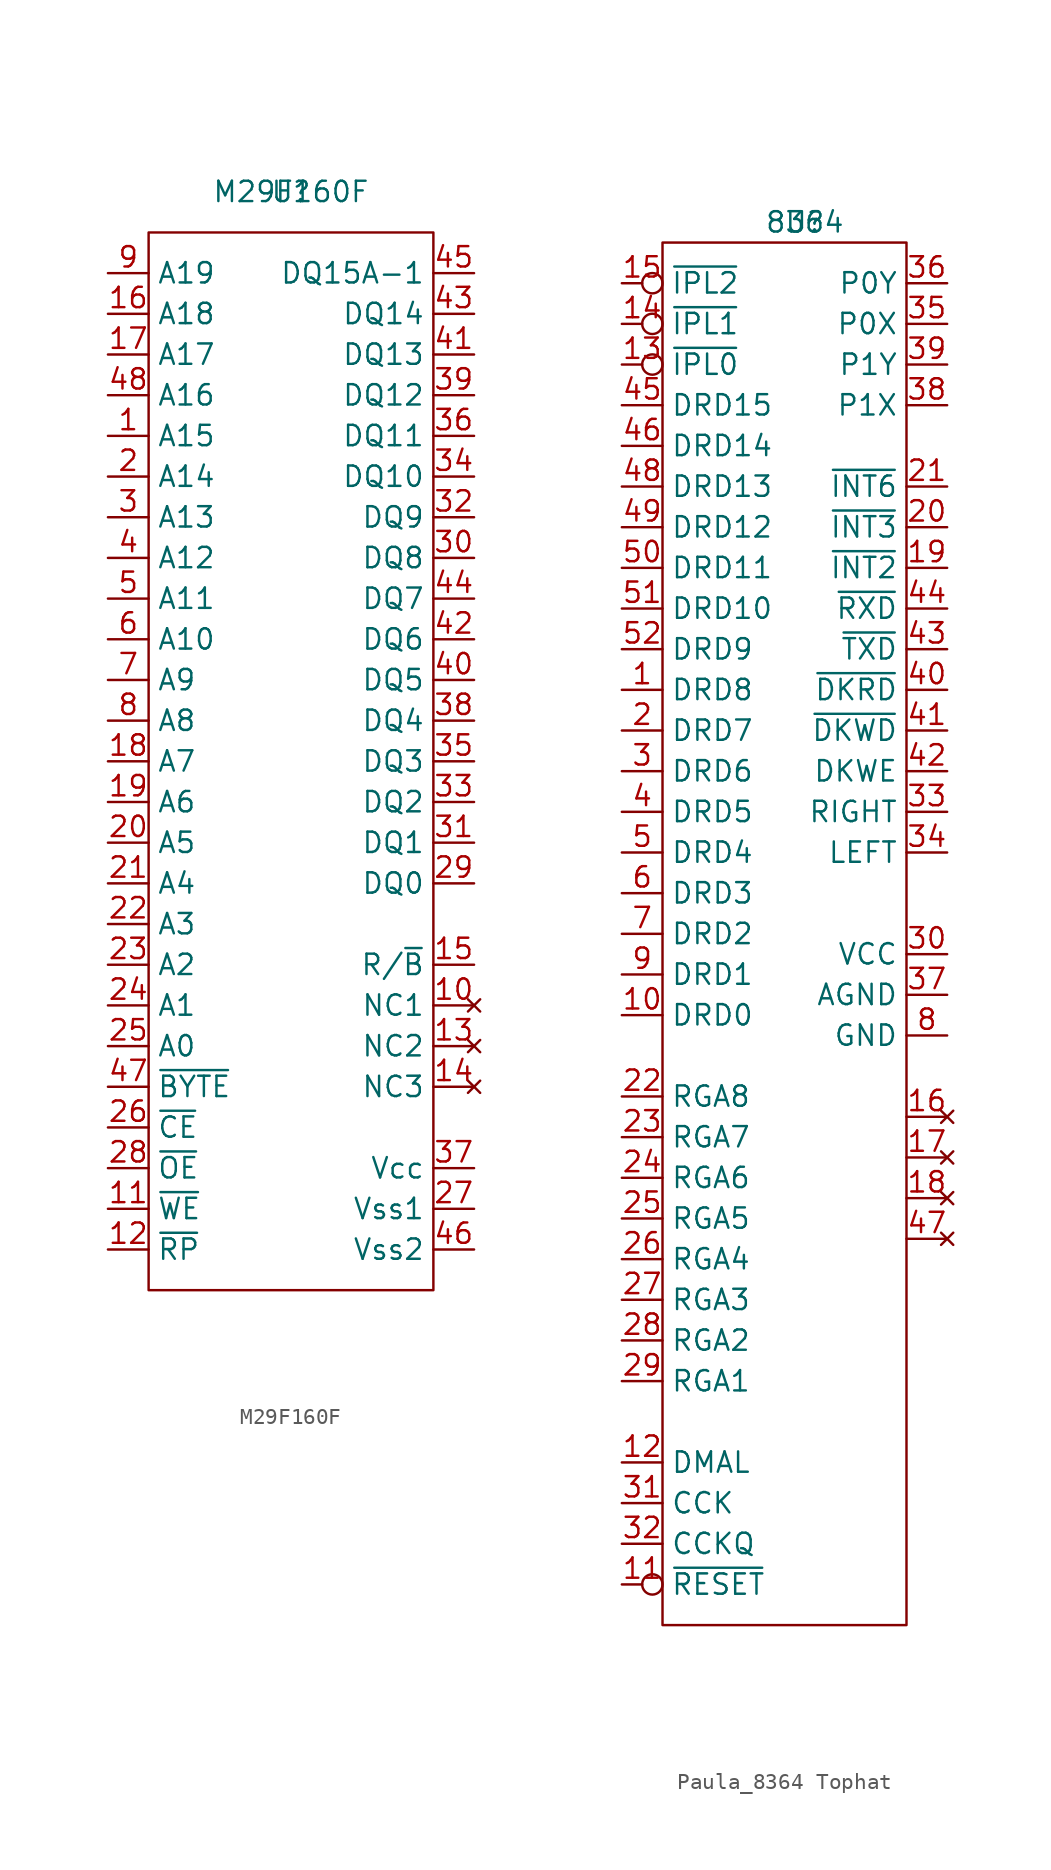
<source format=kicad_sym>
(kicad_symbol_lib
  (version 20241209)
  (generator "kicad_symbol_editor")
  (generator_version "9.0")
  (symbol "M29F160F"
    (property "Reference" "U"
      (at 0 0 0)
      (effects (font (size 1.27 1.27))))
    (property "Value" "M29F160F"
      (at 0 0 0)
      (effects (font (size 1.27 1.27))))
    (symbol "M29F160F_0_1"
      (rectangle (start -8.89 -2.54) (end 8.89 -68.58) (stroke (width 0) (type default)) (fill (type none))))
    (symbol "M29F160F_1_1"
      (pin input line (at -11.43 -5.08 0) (length 2.54) (name "A19" (effects (font (size 1.27 1.27)))) (number "9" (effects (font (size 1.27 1.27)))))
      (pin input line (at -11.43 -7.62 0) (length 2.54) (name "A18" (effects (font (size 1.27 1.27)))) (number "16" (effects (font (size 1.27 1.27)))))
      (pin input line (at -11.43 -10.16 0) (length 2.54) (name "A17" (effects (font (size 1.27 1.27)))) (number "17" (effects (font (size 1.27 1.27)))))
      (pin input line (at -11.43 -12.7 0) (length 2.54) (name "A16" (effects (font (size 1.27 1.27)))) (number "48" (effects (font (size 1.27 1.27)))))
      (pin input line (at -11.43 -15.24 0) (length 2.54) (name "A15" (effects (font (size 1.27 1.27)))) (number "1" (effects (font (size 1.27 1.27)))))
      (pin input line (at -11.43 -17.78 0) (length 2.54) (name "A14" (effects (font (size 1.27 1.27)))) (number "2" (effects (font (size 1.27 1.27)))))
      (pin input line (at -11.43 -20.32 0) (length 2.54) (name "A13" (effects (font (size 1.27 1.27)))) (number "3" (effects (font (size 1.27 1.27)))))
      (pin input line (at -11.43 -22.86 0) (length 2.54) (name "A12" (effects (font (size 1.27 1.27)))) (number "4" (effects (font (size 1.27 1.27)))))
      (pin input line (at -11.43 -25.4 0) (length 2.54) (name "A11" (effects (font (size 1.27 1.27)))) (number "5" (effects (font (size 1.27 1.27)))))
      (pin input line (at -11.43 -27.94 0) (length 2.54) (name "A10" (effects (font (size 1.27 1.27)))) (number "6" (effects (font (size 1.27 1.27)))))
      (pin input line (at -11.43 -30.48 0) (length 2.54) (name "A9" (effects (font (size 1.27 1.27)))) (number "7" (effects (font (size 1.27 1.27)))))
      (pin input line (at -11.43 -33.02 0) (length 2.54) (name "A8" (effects (font (size 1.27 1.27)))) (number "8" (effects (font (size 1.27 1.27)))))
      (pin input line (at -11.43 -35.56 0) (length 2.54) (name "A7" (effects (font (size 1.27 1.27)))) (number "18" (effects (font (size 1.27 1.27)))))
      (pin input line (at -11.43 -38.1 0) (length 2.54) (name "A6" (effects (font (size 1.27 1.27)))) (number "19" (effects (font (size 1.27 1.27)))))
      (pin input line (at -11.43 -40.64 0) (length 2.54) (name "A5" (effects (font (size 1.27 1.27)))) (number "20" (effects (font (size 1.27 1.27)))))
      (pin input line (at -11.43 -43.18 0) (length 2.54) (name "A4" (effects (font (size 1.27 1.27)))) (number "21" (effects (font (size 1.27 1.27)))))
      (pin input line (at -11.43 -45.72 0) (length 2.54) (name "A3" (effects (font (size 1.27 1.27)))) (number "22" (effects (font (size 1.27 1.27)))))
      (pin input line (at -11.43 -48.26 0) (length 2.54) (name "A2" (effects (font (size 1.27 1.27)))) (number "23" (effects (font (size 1.27 1.27)))))
      (pin input line (at -11.43 -50.8 0) (length 2.54) (name "A1" (effects (font (size 1.27 1.27)))) (number "24" (effects (font (size 1.27 1.27)))))
      (pin input line (at -11.43 -53.34 0) (length 2.54) (name "A0" (effects (font (size 1.27 1.27)))) (number "25" (effects (font (size 1.27 1.27)))))
      (pin input line (at -11.43 -55.88 0) (length 2.54) (name "~{BYTE}" (effects (font (size 1.27 1.27)))) (number "47" (effects (font (size 1.27 1.27)))))
      (pin input line (at -11.43 -58.42 0) (length 2.54) (name "~{CE}" (effects (font (size 1.27 1.27)))) (number "26" (effects (font (size 1.27 1.27)))))
      (pin input line (at -11.43 -60.96 0) (length 2.54) (name "~{OE}" (effects (font (size 1.27 1.27)))) (number "28" (effects (font (size 1.27 1.27)))))
      (pin input line (at -11.43 -63.5 0) (length 2.54) (name "~{WE}" (effects (font (size 1.27 1.27)))) (number "11" (effects (font (size 1.27 1.27)))))
      (pin input line (at -11.43 -66.04 0) (length 2.54) (name "~{RP}" (effects (font (size 1.27 1.27)))) (number "12" (effects (font (size 1.27 1.27)))))
      (pin bidirectional line (at 11.43 -5.08 180) (length 2.54) (name "DQ15A-1" (effects (font (size 1.27 1.27)))) (number "45" (effects (font (size 1.27 1.27)))))
      (pin bidirectional line (at 11.43 -7.62 180) (length 2.54) (name "DQ14" (effects (font (size 1.27 1.27)))) (number "43" (effects (font (size 1.27 1.27)))))
      (pin bidirectional line (at 11.43 -10.16 180) (length 2.54) (name "DQ13" (effects (font (size 1.27 1.27)))) (number "41" (effects (font (size 1.27 1.27)))))
      (pin bidirectional line (at 11.43 -12.7 180) (length 2.54) (name "DQ12" (effects (font (size 1.27 1.27)))) (number "39" (effects (font (size 1.27 1.27)))))
      (pin bidirectional line (at 11.43 -15.24 180) (length 2.54) (name "DQ11" (effects (font (size 1.27 1.27)))) (number "36" (effects (font (size 1.27 1.27)))))
      (pin bidirectional line (at 11.43 -17.78 180) (length 2.54) (name "DQ10" (effects (font (size 1.27 1.27)))) (number "34" (effects (font (size 1.27 1.27)))))
      (pin bidirectional line (at 11.43 -20.32 180) (length 2.54) (name "DQ9" (effects (font (size 1.27 1.27)))) (number "32" (effects (font (size 1.27 1.27)))))
      (pin bidirectional line (at 11.43 -22.86 180) (length 2.54) (name "DQ8" (effects (font (size 1.27 1.27)))) (number "30" (effects (font (size 1.27 1.27)))))
      (pin bidirectional line (at 11.43 -25.4 180) (length 2.54) (name "DQ7" (effects (font (size 1.27 1.27)))) (number "44" (effects (font (size 1.27 1.27)))))
      (pin bidirectional line (at 11.43 -27.94 180) (length 2.54) (name "DQ6" (effects (font (size 1.27 1.27)))) (number "42" (effects (font (size 1.27 1.27)))))
      (pin bidirectional line (at 11.43 -30.48 180) (length 2.54) (name "DQ5" (effects (font (size 1.27 1.27)))) (number "40" (effects (font (size 1.27 1.27)))))
      (pin bidirectional line (at 11.43 -33.02 180) (length 2.54) (name "DQ4" (effects (font (size 1.27 1.27)))) (number "38" (effects (font (size 1.27 1.27)))))
      (pin bidirectional line (at 11.43 -35.56 180) (length 2.54) (name "DQ3" (effects (font (size 1.27 1.27)))) (number "35" (effects (font (size 1.27 1.27)))))
      (pin bidirectional line (at 11.43 -38.1 180) (length 2.54) (name "DQ2" (effects (font (size 1.27 1.27)))) (number "33" (effects (font (size 1.27 1.27)))))
      (pin bidirectional line (at 11.43 -40.64 180) (length 2.54) (name "DQ1" (effects (font (size 1.27 1.27)))) (number "31" (effects (font (size 1.27 1.27)))))
      (pin bidirectional line (at 11.43 -43.18 180) (length 2.54) (name "DQ0" (effects (font (size 1.27 1.27)))) (number "29" (effects (font (size 1.27 1.27)))))
      (pin bidirectional line (at 11.43 -48.26 180) (length 2.54) (name "R/~{B}" (effects (font (size 1.27 1.27)))) (number "15" (effects (font (size 1.27 1.27)))))
      (pin no_connect line (at 11.43 -50.8 180) (length 2.54) (name "NC1" (effects (font (size 1.27 1.27)))) (number "10" (effects (font (size 1.27 1.27)))))
      (pin no_connect line (at 11.43 -53.34 180) (length 2.54) (name "NC2" (effects (font (size 1.27 1.27)))) (number "13" (effects (font (size 1.27 1.27)))))
      (pin no_connect line (at 11.43 -55.88 180) (length 2.54) (name "NC3" (effects (font (size 1.27 1.27)))) (number "14" (effects (font (size 1.27 1.27)))))
      (pin power_in line (at 11.43 -60.96 180) (length 2.54) (name "Vcc" (effects (font (size 1.27 1.27)))) (number "37" (effects (font (size 1.27 1.27)))))
      (pin power_in line (at 11.43 -63.5 180) (length 2.54) (name "Vss1" (effects (font (size 1.27 1.27)))) (number "27" (effects (font (size 1.27 1.27)))))
      (pin power_in line (at 11.43 -66.04 180) (length 2.54) (name "Vss2" (effects (font (size 1.27 1.27)))) (number "46" (effects (font (size 1.27 1.27)))))))
  (symbol "Paula_8364 Tophat"
    (property "Reference" "U"
      (at 0 0 0)
      (effects (font (size 1.27 1.27))))
    (property "Value" "8364"
      (at 0 0 0)
      (effects (font (size 1.27 1.27))))
    (symbol "Paula_8364 Tophat_0_1"
      (rectangle (start -8.89 -1.27) (end 6.35 -87.63) (stroke (width 0) (type default)) (fill (type none))))
    (symbol "Paula_8364 Tophat_1_1"
      (pin output inverted (at -11.43 -3.81 0) (length 2.54) (name "~{IPL2}" (effects (font (size 1.27 1.27)))) (number "15" (effects (font (size 1.27 1.27)))))
      (pin output inverted (at -11.43 -6.35 0) (length 2.54) (name "~{IPL1}" (effects (font (size 1.27 1.27)))) (number "14" (effects (font (size 1.27 1.27)))))
      (pin output inverted (at -11.43 -8.89 0) (length 2.54) (name "~{IPL0}" (effects (font (size 1.27 1.27)))) (number "13" (effects (font (size 1.27 1.27)))))
      (pin bidirectional line (at -11.43 -11.43 0) (length 2.54) (name "DRD15" (effects (font (size 1.27 1.27)))) (number "45" (effects (font (size 1.27 1.27)))))
      (pin bidirectional line (at -11.43 -13.97 0) (length 2.54) (name "DRD14" (effects (font (size 1.27 1.27)))) (number "46" (effects (font (size 1.27 1.27)))))
      (pin bidirectional line (at -11.43 -16.51 0) (length 2.54) (name "DRD13" (effects (font (size 1.27 1.27)))) (number "48" (effects (font (size 1.27 1.27)))))
      (pin bidirectional line (at -11.43 -19.05 0) (length 2.54) (name "DRD12" (effects (font (size 1.27 1.27)))) (number "49" (effects (font (size 1.27 1.27)))))
      (pin bidirectional line (at -11.43 -21.59 0) (length 2.54) (name "DRD11" (effects (font (size 1.27 1.27)))) (number "50" (effects (font (size 1.27 1.27)))))
      (pin bidirectional line (at -11.43 -24.13 0) (length 2.54) (name "DRD10" (effects (font (size 1.27 1.27)))) (number "51" (effects (font (size 1.27 1.27)))))
      (pin bidirectional line (at -11.43 -26.67 0) (length 2.54) (name "DRD9" (effects (font (size 1.27 1.27)))) (number "52" (effects (font (size 1.27 1.27)))))
      (pin bidirectional line (at -11.43 -29.21 0) (length 2.54) (name "DRD8" (effects (font (size 1.27 1.27)))) (number "1" (effects (font (size 1.27 1.27)))))
      (pin bidirectional line (at -11.43 -31.75 0) (length 2.54) (name "DRD7" (effects (font (size 1.27 1.27)))) (number "2" (effects (font (size 1.27 1.27)))))
      (pin bidirectional line (at -11.43 -34.29 0) (length 2.54) (name "DRD6" (effects (font (size 1.27 1.27)))) (number "3" (effects (font (size 1.27 1.27)))))
      (pin bidirectional line (at -11.43 -36.83 0) (length 2.54) (name "DRD5" (effects (font (size 1.27 1.27)))) (number "4" (effects (font (size 1.27 1.27)))))
      (pin bidirectional line (at -11.43 -39.37 0) (length 2.54) (name "DRD4" (effects (font (size 1.27 1.27)))) (number "5" (effects (font (size 1.27 1.27)))))
      (pin bidirectional line (at -11.43 -41.91 0) (length 2.54) (name "DRD3" (effects (font (size 1.27 1.27)))) (number "6" (effects (font (size 1.27 1.27)))))
      (pin bidirectional line (at -11.43 -44.45 0) (length 2.54) (name "DRD2" (effects (font (size 1.27 1.27)))) (number "7" (effects (font (size 1.27 1.27)))))
      (pin bidirectional line (at -11.43 -46.99 0) (length 2.54) (name "DRD1" (effects (font (size 1.27 1.27)))) (number "9" (effects (font (size 1.27 1.27)))))
      (pin bidirectional line (at -11.43 -49.53 0) (length 2.54) (name "DRD0" (effects (font (size 1.27 1.27)))) (number "10" (effects (font (size 1.27 1.27)))))
      (pin output line (at -11.43 -54.61 0) (length 2.54) (name "RGA8" (effects (font (size 1.27 1.27)))) (number "22" (effects (font (size 1.27 1.27)))))
      (pin output line (at -11.43 -57.15 0) (length 2.54) (name "RGA7" (effects (font (size 1.27 1.27)))) (number "23" (effects (font (size 1.27 1.27)))))
      (pin output line (at -11.43 -59.69 0) (length 2.54) (name "RGA6" (effects (font (size 1.27 1.27)))) (number "24" (effects (font (size 1.27 1.27)))))
      (pin output line (at -11.43 -62.23 0) (length 2.54) (name "RGA5" (effects (font (size 1.27 1.27)))) (number "25" (effects (font (size 1.27 1.27)))))
      (pin output line (at -11.43 -64.77 0) (length 2.54) (name "RGA4" (effects (font (size 1.27 1.27)))) (number "26" (effects (font (size 1.27 1.27)))))
      (pin output line (at -11.43 -67.31 0) (length 2.54) (name "RGA3" (effects (font (size 1.27 1.27)))) (number "27" (effects (font (size 1.27 1.27)))))
      (pin output line (at -11.43 -69.85 0) (length 2.54) (name "RGA2" (effects (font (size 1.27 1.27)))) (number "28" (effects (font (size 1.27 1.27)))))
      (pin output line (at -11.43 -72.39 0) (length 2.54) (name "RGA1" (effects (font (size 1.27 1.27)))) (number "29" (effects (font (size 1.27 1.27)))))
      (pin output line (at -11.43 -77.47 0) (length 2.54) (name "DMAL" (effects (font (size 1.27 1.27)))) (number "12" (effects (font (size 1.27 1.27)))))
      (pin output line (at -11.43 -80.01 0) (length 2.54) (name "CCK" (effects (font (size 1.27 1.27)))) (number "31" (effects (font (size 1.27 1.27)))))
      (pin output line (at -11.43 -82.55 0) (length 2.54) (name "CCKQ" (effects (font (size 1.27 1.27)))) (number "32" (effects (font (size 1.27 1.27)))))
      (pin output inverted (at -11.43 -85.09 0) (length 2.54) (name "~{RESET}" (effects (font (size 1.27 1.27)))) (number "11" (effects (font (size 1.27 1.27)))))
      (pin output line (at 8.89 -3.81 180) (length 2.54) (name "P0Y" (effects (font (size 1.27 1.27)))) (number "36" (effects (font (size 1.27 1.27)))))
      (pin output line (at 8.89 -6.35 180) (length 2.54) (name "P0X" (effects (font (size 1.27 1.27)))) (number "35" (effects (font (size 1.27 1.27)))))
      (pin output line (at 8.89 -8.89 180) (length 2.54) (name "P1Y" (effects (font (size 1.27 1.27)))) (number "39" (effects (font (size 1.27 1.27)))))
      (pin output line (at 8.89 -11.43 180) (length 2.54) (name "P1X" (effects (font (size 1.27 1.27)))) (number "38" (effects (font (size 1.27 1.27)))))
      (pin output line (at 8.89 -16.51 180) (length 2.54) (name "~{INT6}" (effects (font (size 1.27 1.27)))) (number "21" (effects (font (size 1.27 1.27)))))
      (pin output line (at 8.89 -19.05 180) (length 2.54) (name "~{INT3}" (effects (font (size 1.27 1.27)))) (number "20" (effects (font (size 1.27 1.27)))))
      (pin output line (at 8.89 -21.59 180) (length 2.54) (name "~{INT2}" (effects (font (size 1.27 1.27)))) (number "19" (effects (font (size 1.27 1.27)))))
      (pin output line (at 8.89 -24.13 180) (length 2.54) (name "~{RXD}" (effects (font (size 1.27 1.27)))) (number "44" (effects (font (size 1.27 1.27)))))
      (pin output line (at 8.89 -26.67 180) (length 2.54) (name "~{TXD}" (effects (font (size 1.27 1.27)))) (number "43" (effects (font (size 1.27 1.27)))))
      (pin output line (at 8.89 -29.21 180) (length 2.54) (name "~{DKRD}" (effects (font (size 1.27 1.27)))) (number "40" (effects (font (size 1.27 1.27)))))
      (pin output line (at 8.89 -31.75 180) (length 2.54) (name "~{DKWD}" (effects (font (size 1.27 1.27)))) (number "41" (effects (font (size 1.27 1.27)))))
      (pin output line (at 8.89 -34.29 180) (length 2.54) (name "DKWE" (effects (font (size 1.27 1.27)))) (number "42" (effects (font (size 1.27 1.27)))))
      (pin output line (at 8.89 -36.83 180) (length 2.54) (name "RIGHT" (effects (font (size 1.27 1.27)))) (number "33" (effects (font (size 1.27 1.27)))))
      (pin output line (at 8.89 -39.37 180) (length 2.54) (name "LEFT" (effects (font (size 1.27 1.27)))) (number "34" (effects (font (size 1.27 1.27)))))
      (pin power_out line (at 8.89 -45.72 180) (length 2.54) (name "VCC" (effects (font (size 1.27 1.27)))) (number "30" (effects (font (size 1.27 1.27)))))
      (pin power_out line (at 8.89 -48.26 180) (length 2.54) (name "AGND" (effects (font (size 1.27 1.27)))) (number "37" (effects (font (size 1.27 1.27)))))
      (pin power_out line (at 8.89 -50.8 180) (length 2.54) (name "GND" (effects (font (size 1.27 1.27)))) (number "8" (effects (font (size 1.27 1.27)))))
      (pin no_connect line (at 8.89 -55.88 180) (length 2.54) (name "" (effects (font (size 1.27 1.27)))) (number "16" (effects (font (size 1.27 1.27)))))
      (pin no_connect line (at 8.89 -58.42 180) (length 2.54) (name "" (effects (font (size 1.27 1.27)))) (number "17" (effects (font (size 1.27 1.27)))))
      (pin no_connect line (at 8.89 -60.96 180) (length 2.54) (name "" (effects (font (size 1.27 1.27)))) (number "18" (effects (font (size 1.27 1.27)))))
      (pin no_connect line (at 8.89 -63.5 180) (length 2.54) (name "" (effects (font (size 1.27 1.27)))) (number "47" (effects (font (size 1.27 1.27))))))))
</source>
